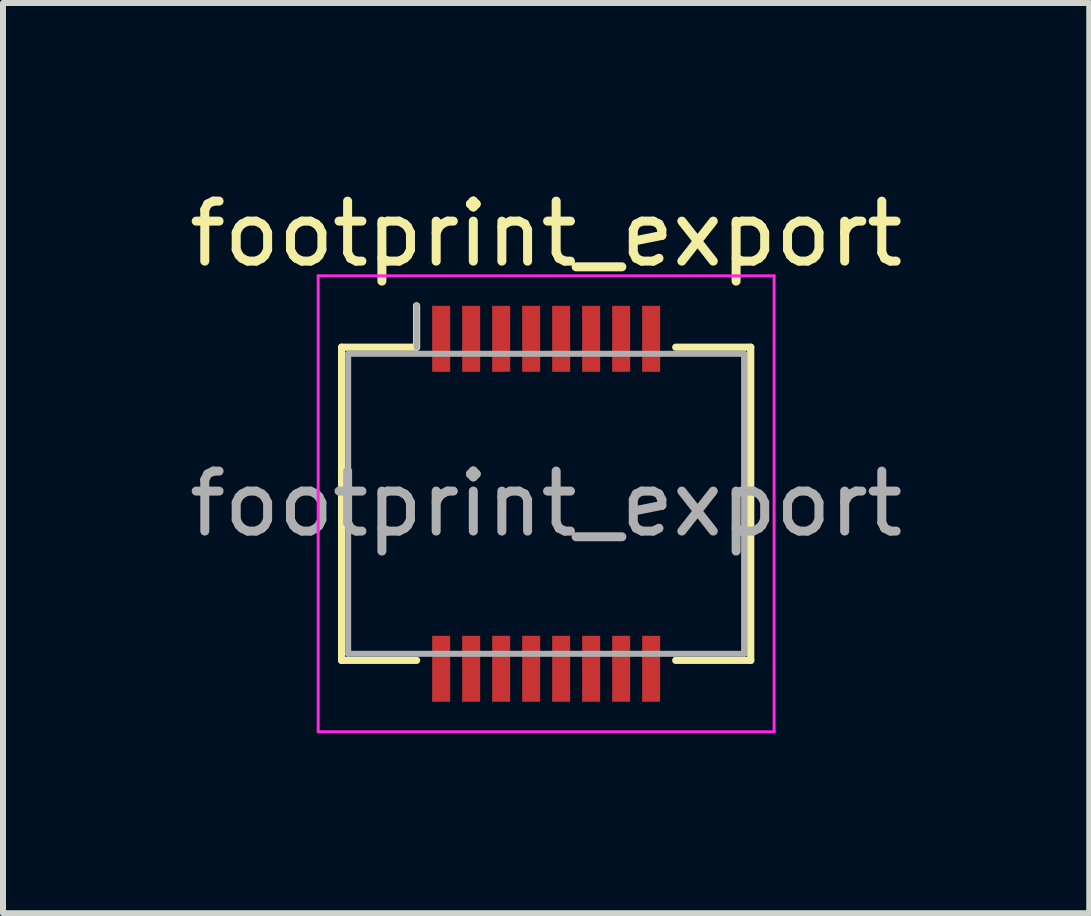
<source format=kicad_pcb>
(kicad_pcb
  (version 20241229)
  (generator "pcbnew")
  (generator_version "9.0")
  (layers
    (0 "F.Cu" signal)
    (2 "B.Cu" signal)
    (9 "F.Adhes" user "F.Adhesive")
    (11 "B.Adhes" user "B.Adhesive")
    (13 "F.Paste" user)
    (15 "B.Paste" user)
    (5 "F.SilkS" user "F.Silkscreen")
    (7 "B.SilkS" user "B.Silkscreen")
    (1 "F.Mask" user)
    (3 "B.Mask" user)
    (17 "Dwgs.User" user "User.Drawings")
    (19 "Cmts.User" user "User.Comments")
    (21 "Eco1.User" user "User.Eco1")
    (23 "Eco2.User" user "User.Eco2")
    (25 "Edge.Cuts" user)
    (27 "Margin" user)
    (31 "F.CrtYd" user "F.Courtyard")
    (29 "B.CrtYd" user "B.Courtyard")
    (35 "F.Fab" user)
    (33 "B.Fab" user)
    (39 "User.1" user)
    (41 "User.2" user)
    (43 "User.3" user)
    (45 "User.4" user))
  (footprint "footprint_export"
    (layer "F.Cu")
    (at 6.054 5.348)
    (property "Reference" "footprint_export" (at 0 -4.5 0) (layer "F.SilkS") (effects (font (size 1 1) (thickness 0.15))))
    (attr smd)
    (fp_line (start -3.41 -2.61) (end -2.16 -2.61) (stroke (width 0.12) (type solid)) (layer "F.SilkS"))
    (fp_line (start -3.41 2.61) (end -3.41 -2.61) (stroke (width 0.12) (type solid)) (layer "F.SilkS"))
    (fp_line (start -2.16 -2.61) (end -2.16 -3.3) (stroke (width 0.12) (type solid)) (layer "F.SilkS"))
    (fp_line (start -2.16 2.61) (end -3.41 2.61) (stroke (width 0.12) (type solid)) (layer "F.SilkS"))
    (fp_line (start 2.16 2.61) (end 3.41 2.61) (stroke (width 0.12) (type solid)) (layer "F.SilkS"))
    (fp_line (start 3.41 -2.61) (end 2.16 -2.61) (stroke (width 0.12) (type solid)) (layer "F.SilkS"))
    (fp_line (start 3.41 2.61) (end 3.41 -2.61) (stroke (width 0.12) (type solid)) (layer "F.SilkS"))
    (fp_line (start -3.8 -3.8) (end -3.8 3.8) (stroke (width 0.05) (type solid)) (layer "F.CrtYd"))
    (fp_line (start -3.8 3.8) (end 3.8 3.8) (stroke (width 0.05) (type solid)) (layer "F.CrtYd"))
    (fp_line (start 3.8 -3.8) (end -3.8 -3.8) (stroke (width 0.05) (type solid)) (layer "F.CrtYd"))
    (fp_line (start 3.8 3.8) (end 3.8 -3.8) (stroke (width 0.05) (type solid)) (layer "F.CrtYd"))
    (fp_line (start -3.3 -2.5) (end -3.3 2.5) (stroke (width 0.1) (type solid)) (layer "F.Fab"))
    (fp_line (start -3.3 2.5) (end 3.3 2.5) (stroke (width 0.1) (type solid)) (layer "F.Fab"))
    (fp_line (start -2.16 -2.61) (end -2.16 -3.3) (stroke (width 0.1) (type solid)) (layer "F.Fab"))
    (fp_line (start 3.3 -2.5) (end -3.3 -2.5) (stroke (width 0.1) (type solid)) (layer "F.Fab"))
    (fp_line (start 3.3 2.5) (end 3.3 -2.5) (stroke (width 0.1) (type solid)) (layer "F.Fab"))
    (fp_text user "${REFERENCE}" (at 0 0 0) (layer "F.Fab") (effects (font (size 1 1) (thickness 0.15))))
    (pad "1" smd rect (at -1.75 -2.75) (size 0.3 1.1) (layers "F.Cu" "F.Mask" "F.Paste"))
    (pad "2" smd rect (at -1.75 2.75) (size 0.3 1.1) (layers "F.Cu" "F.Mask" "F.Paste"))
    (pad "3" smd rect (at -1.25 -2.75) (size 0.3 1.1) (layers "F.Cu" "F.Mask" "F.Paste"))
    (pad "4" smd rect (at -1.25 2.75) (size 0.3 1.1) (layers "F.Cu" "F.Mask" "F.Paste"))
    (pad "5" smd rect (at -0.75 -2.75) (size 0.3 1.1) (layers "F.Cu" "F.Mask" "F.Paste"))
    (pad "6" smd rect (at -0.75 2.75) (size 0.3 1.1) (layers "F.Cu" "F.Mask" "F.Paste"))
    (pad "7" smd rect (at -0.25 -2.75) (size 0.3 1.1) (layers "F.Cu" "F.Mask" "F.Paste"))
    (pad "8" smd rect (at -0.25 2.75) (size 0.3 1.1) (layers "F.Cu" "F.Mask" "F.Paste"))
    (pad "9" smd rect (at 0.25 -2.75) (size 0.3 1.1) (layers "F.Cu" "F.Mask" "F.Paste"))
    (pad "10" smd rect (at 0.25 2.75) (size 0.3 1.1) (layers "F.Cu" "F.Mask" "F.Paste"))
    (pad "11" smd rect (at 0.75 -2.75) (size 0.3 1.1) (layers "F.Cu" "F.Mask" "F.Paste"))
    (pad "12" smd rect (at 0.75 2.75) (size 0.3 1.1) (layers "F.Cu" "F.Mask" "F.Paste"))
    (pad "13" smd rect (at 1.25 -2.75) (size 0.3 1.1) (layers "F.Cu" "F.Mask" "F.Paste"))
    (pad "14" smd rect (at 1.25 2.75) (size 0.3 1.1) (layers "F.Cu" "F.Mask" "F.Paste"))
    (pad "15" smd rect (at 1.75 -2.75) (size 0.3 1.1) (layers "F.Cu" "F.Mask" "F.Paste"))
    (pad "16" smd rect (at 1.75 2.75) (size 0.3 1.1) (layers "F.Cu" "F.Mask" "F.Paste")))
  (gr_rect
    (start -3 -3)
    (end 15.107 12.173)
    (stroke (width 0.1) (type default))
    (fill no)
    (layer "Edge.Cuts")))
</source>
